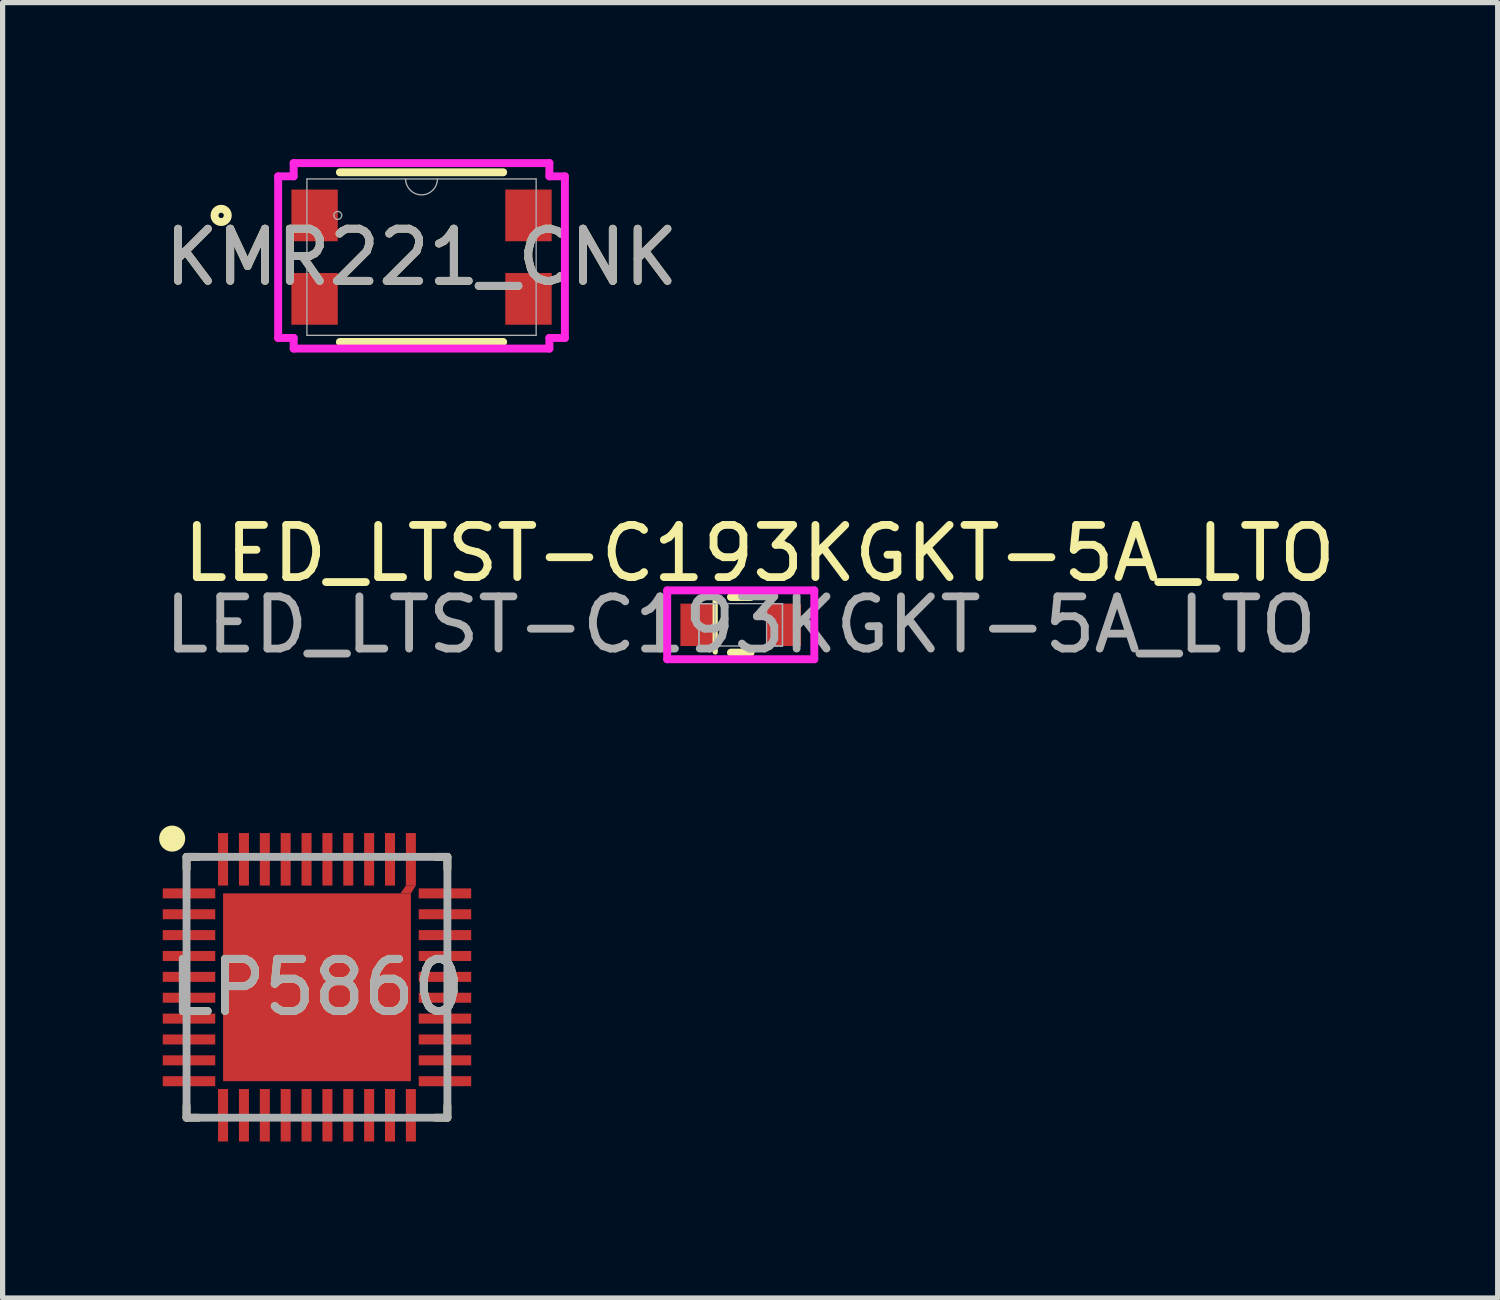
<source format=kicad_pcb>
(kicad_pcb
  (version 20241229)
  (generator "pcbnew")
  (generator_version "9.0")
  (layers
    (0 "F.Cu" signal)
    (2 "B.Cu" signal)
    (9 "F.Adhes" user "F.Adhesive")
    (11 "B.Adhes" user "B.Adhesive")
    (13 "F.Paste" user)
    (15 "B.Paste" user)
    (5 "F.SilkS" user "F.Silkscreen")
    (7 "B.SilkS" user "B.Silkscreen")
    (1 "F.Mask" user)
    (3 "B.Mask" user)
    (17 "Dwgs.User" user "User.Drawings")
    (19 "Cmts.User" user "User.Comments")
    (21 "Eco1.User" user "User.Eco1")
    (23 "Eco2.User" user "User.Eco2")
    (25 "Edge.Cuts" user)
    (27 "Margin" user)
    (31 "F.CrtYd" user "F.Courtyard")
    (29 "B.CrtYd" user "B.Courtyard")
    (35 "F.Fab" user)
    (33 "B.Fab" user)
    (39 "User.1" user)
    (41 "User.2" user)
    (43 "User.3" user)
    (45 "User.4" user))
  (footprint "LED_LTST-C193KGKT-5A_LTO"
    (layer "F.Cu")
    (at 11.149 8.927)
    (property "Reference" "LED_LTST-C193KGKT-5A_LTO" (at 0.36 -1.37 0) (unlocked yes) (layer "F.SilkS") (effects (font (size 1 1) (thickness 0.15))))
    (attr smd)
    (fp_line (start -0.49 -0.533) (end -0.49 0.52) (stroke (width 0.1) (type default)) (layer "F.SilkS"))
    (fp_line (start -0.188 0.533) (end 0.188 0.533) (stroke (width 0.152) (type solid)) (layer "F.SilkS"))
    (fp_line (start 0.188 -0.533) (end -0.188 -0.533) (stroke (width 0.152) (type solid)) (layer "F.SilkS"))
    (fp_line (start -1.41 -0.66) (end 1.41 -0.66) (stroke (width 0.152) (type solid)) (layer "F.CrtYd"))
    (fp_line (start -1.41 0.66) (end -1.41 -0.66) (stroke (width 0.152) (type solid)) (layer "F.CrtYd"))
    (fp_line (start 1.41 -0.66) (end 1.41 0.66) (stroke (width 0.152) (type solid)) (layer "F.CrtYd"))
    (fp_line (start 1.41 0.66) (end -1.41 0.66) (stroke (width 0.152) (type solid)) (layer "F.CrtYd"))
    (fp_line (start -0.8 -0.406) (end -0.8 0.406) (stroke (width 0.025) (type solid)) (layer "F.Fab"))
    (fp_line (start -0.8 -0.406) (end -0.8 0.406) (stroke (width 0.025) (type solid)) (layer "F.Fab"))
    (fp_line (start -0.8 0.406) (end -0.495 0.406) (stroke (width 0.025) (type solid)) (layer "F.Fab"))
    (fp_line (start -0.8 0.406) (end 0.8 0.406) (stroke (width 0.025) (type solid)) (layer "F.Fab"))
    (fp_line (start -0.495 -0.406) (end -0.8 -0.406) (stroke (width 0.025) (type solid)) (layer "F.Fab"))
    (fp_line (start -0.495 0.406) (end -0.495 -0.406) (stroke (width 0.025) (type solid)) (layer "F.Fab"))
    (fp_line (start 0.495 -0.406) (end 0.495 0.406) (stroke (width 0.025) (type solid)) (layer "F.Fab"))
    (fp_line (start 0.495 0.406) (end 0.8 0.406) (stroke (width 0.025) (type solid)) (layer "F.Fab"))
    (fp_line (start 0.8 -0.406) (end -0.8 -0.406) (stroke (width 0.025) (type solid)) (layer "F.Fab"))
    (fp_line (start 0.8 -0.406) (end 0.495 -0.406) (stroke (width 0.025) (type solid)) (layer "F.Fab"))
    (fp_line (start 0.8 0.406) (end 0.8 -0.406) (stroke (width 0.025) (type solid)) (layer "F.Fab"))
    (fp_line (start 0.8 0.406) (end 0.8 -0.406) (stroke (width 0.025) (type solid)) (layer "F.Fab"))
    (fp_circle (center -0.546 0) (end -0.546 0) (stroke (width 0.025) (type solid)) (fill no) (layer "F.Fab"))
    (fp_text user "${REFERENCE}" (at 0 0 0) (unlocked yes) (layer "F.Fab") (effects (font (size 1 1) (thickness 0.15))))
    (pad "1" smd rect (at -0.826 0) (size 0.66 0.813) (layers "F.Cu" "F.Mask" "F.Paste"))
    (pad "2" smd rect (at 0.826 0) (size 0.66 0.813) (layers "F.Cu" "F.Mask" "F.Paste"))
    (zone (net_name "") (layer "F.Cu") (hatch full 0.508) (connect_pads) (min_thickness 0.254) (filled_areas_thickness no) (keepout (tracks not_allowed) (vias not_allowed) (pads allowed) (copperpour not_allowed) (footprints allowed)) (placement (enabled no)) (fill) (polygon (pts (xy 10.704 8.571) (xy 11.593 8.571) (xy 11.593 9.282) (xy 10.704 9.282)))))
  (footprint "LP5860"
    (layer "F.Cu")
    (at 3.026 15.875)
    (property "Reference" "LP5860" (at 0 0 0) (unlocked yes) (layer "F.SilkS") (effects (font (size 1 1) (thickness 0.15))))
    (attr smd)
    (fp_poly (pts (xy 1.8 -1.8) (xy 1.6 -1.8) (xy 1.704 -1.95) (xy 1.896 -1.95)) (stroke (width 0.00001) (type solid)) (fill yes) (layer "F.Cu"))
    (fp_line (start -2.5 -2.5) (end -2.271 -2.5) (stroke (width 0.15) (type solid)) (layer "F.SilkS"))
    (fp_line (start -2.5 -2.271) (end -2.5 -2.5) (stroke (width 0.15) (type solid)) (layer "F.SilkS"))
    (fp_line (start -2.5 2.5) (end -2.5 2.271) (stroke (width 0.15) (type solid)) (layer "F.SilkS"))
    (fp_line (start -2.5 2.5) (end -2.271 2.5) (stroke (width 0.15) (type solid)) (layer "F.SilkS"))
    (fp_line (start 2.271 -2.5) (end 2.5 -2.5) (stroke (width 0.15) (type solid)) (layer "F.SilkS"))
    (fp_line (start 2.271 2.5) (end 2.5 2.5) (stroke (width 0.15) (type solid)) (layer "F.SilkS"))
    (fp_line (start 2.5 -2.271) (end 2.5 -2.5) (stroke (width 0.15) (type solid)) (layer "F.SilkS"))
    (fp_line (start 2.5 2.5) (end 2.5 2.271) (stroke (width 0.15) (type solid)) (layer "F.SilkS"))
    (fp_circle (center -2.776 -2.85) (end -2.651 -2.85) (stroke (width 0.25) (type solid)) (fill no) (layer "F.SilkS"))
    (fp_poly (pts (xy -1.138 1.138) (xy 1.138 1.138) (xy 1.138 -1.138) (xy -1.138 -1.138)) (stroke (width 0) (type solid)) (fill yes) (layer "F.Paste"))
    (fp_line (start -2.5 -2.5) (end 2.5 -2.5) (stroke (width 0.15) (type solid)) (layer "F.Fab"))
    (fp_line (start -2.5 2.5) (end -2.5 -2.5) (stroke (width 0.15) (type solid)) (layer "F.Fab"))
    (fp_line (start -2.5 2.5) (end 2.5 2.5) (stroke (width 0.15) (type solid)) (layer "F.Fab"))
    (fp_line (start 2.5 2.5) (end 2.5 -2.5) (stroke (width 0.15) (type solid)) (layer "F.Fab"))
    (fp_text user "${REFERENCE}" (at 0 0 0) (unlocked yes) (layer "F.Fab") (effects (font (size 1 1) (thickness 0.15))))
    (pad "1" smd rect (at -2.453 -1.8 90) (size 0.192 1.006) (layers "F.Cu" "F.Mask" "F.Paste"))
    (pad "2" smd rect (at -2.453 -1.4 90) (size 0.192 1.006) (layers "F.Cu" "F.Mask" "F.Paste"))
    (pad "3" smd rect (at -2.453 -1 90) (size 0.192 1.006) (layers "F.Cu" "F.Mask" "F.Paste"))
    (pad "4" smd rect (at -2.453 -0.6 90) (size 0.192 1.006) (layers "F.Cu" "F.Mask" "F.Paste"))
    (pad "5" smd rect (at -2.453 -0.2 90) (size 0.192 1.006) (layers "F.Cu" "F.Mask" "F.Paste"))
    (pad "6" smd rect (at -2.453 0.2 90) (size 0.192 1.006) (layers "F.Cu" "F.Mask" "F.Paste"))
    (pad "7" smd rect (at -2.453 0.6 90) (size 0.192 1.006) (layers "F.Cu" "F.Mask" "F.Paste"))
    (pad "8" smd rect (at -2.453 1 90) (size 0.192 1.006) (layers "F.Cu" "F.Mask" "F.Paste"))
    (pad "9" smd rect (at -2.453 1.4 90) (size 0.192 1.006) (layers "F.Cu" "F.Mask" "F.Paste"))
    (pad "10" smd rect (at -2.453 1.8 90) (size 0.192 1.006) (layers "F.Cu" "F.Mask" "F.Paste"))
    (pad "11" smd rect (at -1.8 2.453) (size 0.192 1.006) (layers "F.Cu" "F.Mask" "F.Paste"))
    (pad "12" smd rect (at -1.4 2.453) (size 0.192 1.006) (layers "F.Cu" "F.Mask" "F.Paste"))
    (pad "13" smd rect (at -1 2.453) (size 0.192 1.006) (layers "F.Cu" "F.Mask" "F.Paste"))
    (pad "14" smd rect (at -0.6 2.453) (size 0.192 1.006) (layers "F.Cu" "F.Mask" "F.Paste"))
    (pad "15" smd rect (at -0.2 2.453) (size 0.192 1.006) (layers "F.Cu" "F.Mask" "F.Paste"))
    (pad "16" smd rect (at 0.2 2.453) (size 0.192 1.006) (layers "F.Cu" "F.Mask" "F.Paste"))
    (pad "17" smd rect (at 0.6 2.453) (size 0.192 1.006) (layers "F.Cu" "F.Mask" "F.Paste"))
    (pad "18" smd rect (at 1 2.453) (size 0.192 1.006) (layers "F.Cu" "F.Mask" "F.Paste"))
    (pad "19" smd rect (at 1.4 2.453) (size 0.192 1.006) (layers "F.Cu" "F.Mask" "F.Paste"))
    (pad "20" smd rect (at 1.8 2.453) (size 0.192 1.006) (layers "F.Cu" "F.Mask" "F.Paste"))
    (pad "21" smd rect (at 2.453 1.8 90) (size 0.192 1.006) (layers "F.Cu" "F.Mask" "F.Paste"))
    (pad "22" smd rect (at 2.453 1.4 90) (size 0.192 1.006) (layers "F.Cu" "F.Mask" "F.Paste"))
    (pad "23" smd rect (at 2.453 1 90) (size 0.192 1.006) (layers "F.Cu" "F.Mask" "F.Paste"))
    (pad "24" smd rect (at 2.453 0.6 90) (size 0.192 1.006) (layers "F.Cu" "F.Mask" "F.Paste"))
    (pad "25" smd rect (at 2.453 0.2 90) (size 0.192 1.006) (layers "F.Cu" "F.Mask" "F.Paste"))
    (pad "26" smd rect (at 2.453 -0.2 90) (size 0.192 1.006) (layers "F.Cu" "F.Mask" "F.Paste"))
    (pad "27" smd rect (at 2.453 -0.6 90) (size 0.192 1.006) (layers "F.Cu" "F.Mask" "F.Paste"))
    (pad "28" smd rect (at 2.453 -1 90) (size 0.192 1.006) (layers "F.Cu" "F.Mask" "F.Paste"))
    (pad "29" smd rect (at 2.453 -1.4 90) (size 0.192 1.006) (layers "F.Cu" "F.Mask" "F.Paste"))
    (pad "30" smd rect (at 2.453 -1.8 90) (size 0.192 1.006) (layers "F.Cu" "F.Mask" "F.Paste"))
    (pad "31" smd rect (at 1.8 -2.453) (size 0.192 1.006) (layers "F.Cu" "F.Mask" "F.Paste"))
    (pad "32" smd rect (at 1.4 -2.453) (size 0.192 1.006) (layers "F.Cu" "F.Mask" "F.Paste"))
    (pad "33" smd rect (at 1 -2.453) (size 0.192 1.006) (layers "F.Cu" "F.Mask" "F.Paste"))
    (pad "34" smd rect (at 0.6 -2.453) (size 0.192 1.006) (layers "F.Cu" "F.Mask" "F.Paste"))
    (pad "35" smd rect (at 0.2 -2.453) (size 0.192 1.006) (layers "F.Cu" "F.Mask" "F.Paste"))
    (pad "36" smd rect (at -0.2 -2.453) (size 0.192 1.006) (layers "F.Cu" "F.Mask" "F.Paste"))
    (pad "37" smd rect (at -0.6 -2.453) (size 0.192 1.006) (layers "F.Cu" "F.Mask" "F.Paste"))
    (pad "38" smd rect (at -1 -2.453) (size 0.192 1.006) (layers "F.Cu" "F.Mask" "F.Paste"))
    (pad "39" smd rect (at -1.4 -2.453) (size 0.192 1.006) (layers "F.Cu" "F.Mask" "F.Paste"))
    (pad "40" smd rect (at -1.8 -2.453) (size 0.192 1.006) (layers "F.Cu" "F.Mask" "F.Paste"))
    (pad "41" smd rect (at 0 0) (size 3.6 3.6) (layers "F.Cu" "F.Mask")))
  (footprint "KMR221_CNK"
    (layer "F.Cu")
    (at 5.03 1.879)
    (property "Reference" "KMR221_CNK" (at 0 0 0) (unlocked yes) (layer "F.SilkS") (effects (font (size 1 1) (thickness 0.15))))
    (attr smd)
    (fp_line (start -1.565 1.626) (end 1.565 1.626) (stroke (width 0.152) (type solid)) (layer "F.SilkS"))
    (fp_line (start 1.565 -1.626) (end -1.565 -1.626) (stroke (width 0.152) (type solid)) (layer "F.SilkS"))
    (fp_circle (center -3.841 -0.8) (end -3.714 -0.8) (stroke (width 0.152) (type solid)) (fill no) (layer "F.SilkS"))
    (fp_line (start -2.748 -1.549) (end -2.451 -1.549) (stroke (width 0.152) (type solid)) (layer "F.CrtYd"))
    (fp_line (start -2.748 1.549) (end -2.748 -1.549) (stroke (width 0.152) (type solid)) (layer "F.CrtYd"))
    (fp_line (start -2.748 1.549) (end -2.451 1.549) (stroke (width 0.152) (type solid)) (layer "F.CrtYd"))
    (fp_line (start -2.451 -1.803) (end 2.451 -1.803) (stroke (width 0.152) (type solid)) (layer "F.CrtYd"))
    (fp_line (start -2.451 -1.549) (end -2.451 -1.803) (stroke (width 0.152) (type solid)) (layer "F.CrtYd"))
    (fp_line (start -2.451 1.753) (end -2.451 1.549) (stroke (width 0.152) (type solid)) (layer "F.CrtYd"))
    (fp_line (start 2.451 -1.803) (end 2.451 -1.549) (stroke (width 0.152) (type solid)) (layer "F.CrtYd"))
    (fp_line (start 2.451 1.549) (end 2.451 1.753) (stroke (width 0.152) (type solid)) (layer "F.CrtYd"))
    (fp_line (start 2.451 1.753) (end -2.451 1.753) (stroke (width 0.152) (type solid)) (layer "F.CrtYd"))
    (fp_line (start 2.748 -1.549) (end 2.451 -1.549) (stroke (width 0.152) (type solid)) (layer "F.CrtYd"))
    (fp_line (start 2.748 -1.549) (end 2.748 1.549) (stroke (width 0.152) (type solid)) (layer "F.CrtYd"))
    (fp_line (start 2.748 1.549) (end 2.451 1.549) (stroke (width 0.152) (type solid)) (layer "F.CrtYd"))
    (fp_line (start -2.197 -1.499) (end -2.197 1.499) (stroke (width 0.025) (type solid)) (layer "F.Fab"))
    (fp_line (start -2.197 1.499) (end 2.197 1.499) (stroke (width 0.025) (type solid)) (layer "F.Fab"))
    (fp_line (start 2.197 -1.499) (end -2.197 -1.499) (stroke (width 0.025) (type solid)) (layer "F.Fab"))
    (fp_line (start 2.197 1.499) (end 2.197 -1.499) (stroke (width 0.025) (type solid)) (layer "F.Fab"))
    (fp_arc (start 0.3048 -1.4986) (mid 0 -1.1938) (end -0.3048 -1.4986) (stroke (width 0.0254) (type solid)) (layer "F.Fab"))
    (fp_circle (center -1.605 -0.8) (end -1.529 -0.8) (stroke (width 0.025) (type solid)) (fill no) (layer "F.Fab"))
    (fp_text user "${REFERENCE}" (at 0 0 0) (unlocked yes) (layer "F.Fab") (effects (font (size 1 1) (thickness 0.15))))
    (pad "1" smd rect (at -2.05 -0.8) (size 0.889 0.991) (layers "F.Cu" "F.Mask" "F.Paste"))
    (pad "2" smd rect (at -2.05 0.8) (size 0.889 0.991) (layers "F.Cu" "F.Mask" "F.Paste"))
    (pad "3" smd rect (at 2.05 0.8) (size 0.889 0.991) (layers "F.Cu" "F.Mask" "F.Paste"))
    (pad "4" smd rect (at 2.05 -0.8) (size 0.889 0.991) (layers "F.Cu" "F.Mask" "F.Paste")))
  (gr_rect
    (start -3 -3)
    (end 25.658 21.831)
    (stroke (width 0.1) (type default))
    (fill no)
    (layer "Edge.Cuts")))
</source>
